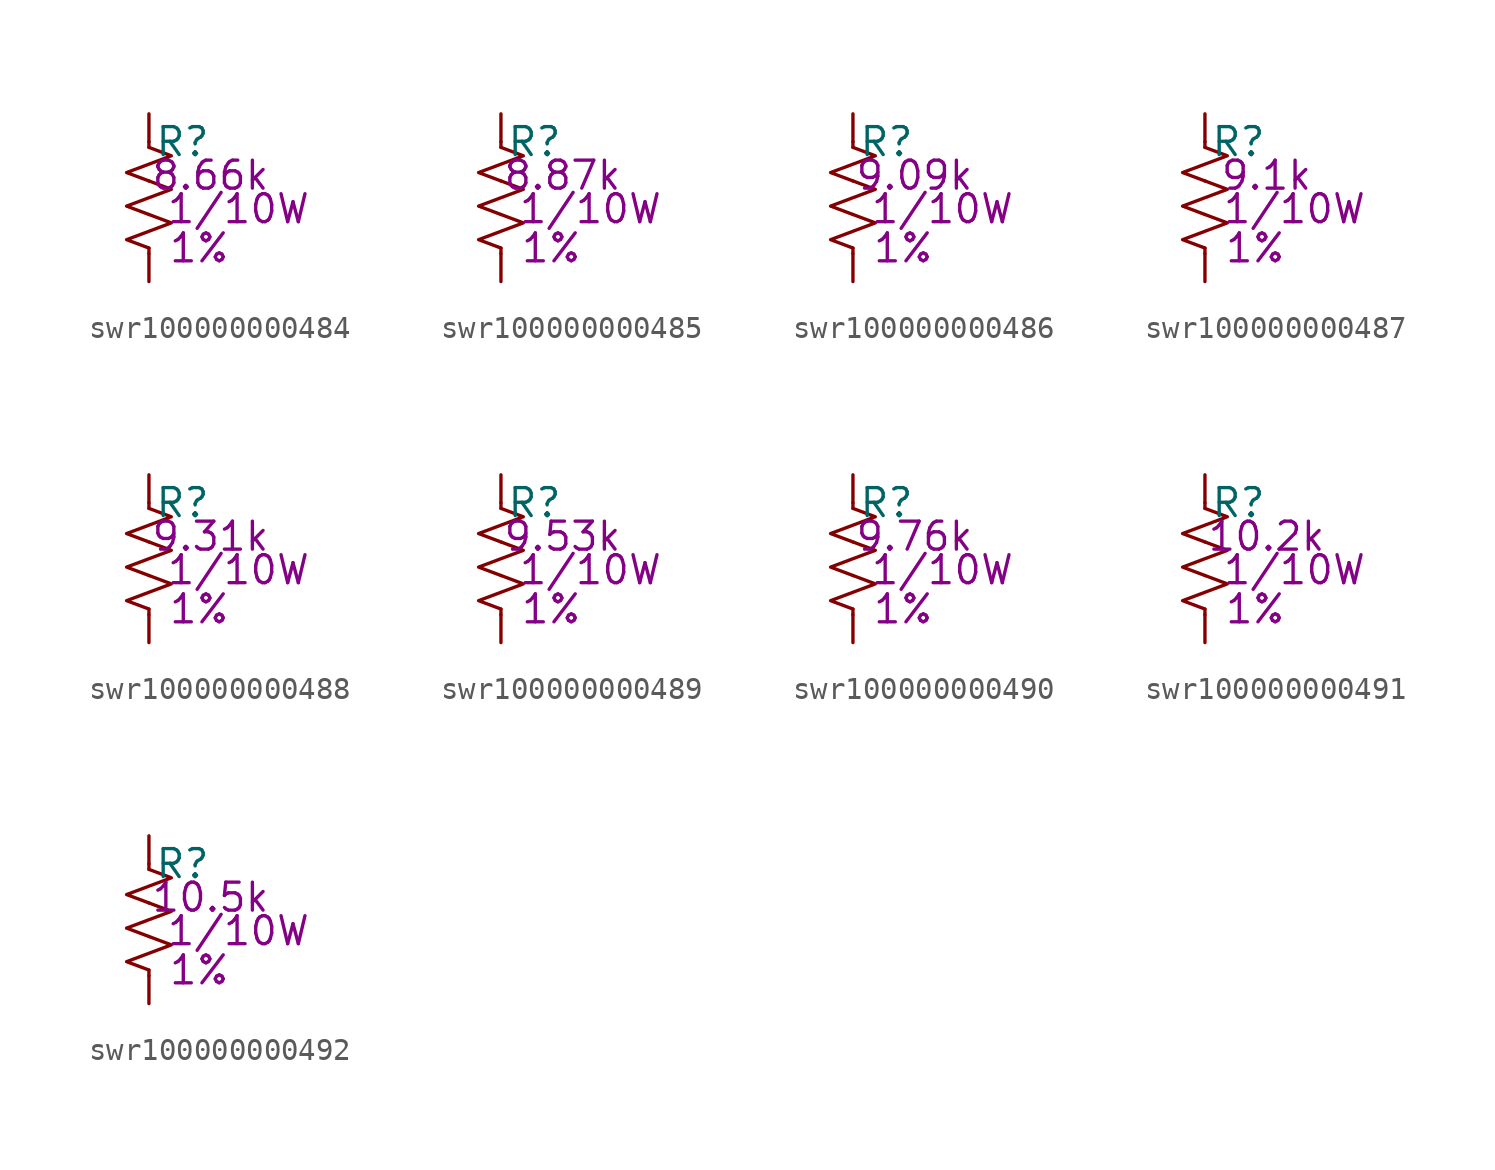
<source format=kicad_sym>
(kicad_symbol_lib
  (version 20211014)
  (generator kicad_symbol_editor)
  (symbol "swr100000000484"
    (pin_numbers hide)
    (pin_names
      (offset 1.016))
    (property "Reference" "R"
      (at 1.524 2.54 0)
      (effects (font (size 1.27 1.27))))
    (property "Tolerance" "1%"
      (at 2.286 -2.286 0)
      (effects (font (size 1.27 1.27))))
    (property "Wattage" "1/10W"
      (at 4.064 -0.508 0)
      (effects (font (size 1.27 1.27))))
    (property "PartValue" "8.66k"
      (at 2.794 1.016 0)
      (effects (font (size 1.27 1.27))))
    (symbol "swr100000000484_1_1"
      (polyline (pts (xy 0 -2.286) (xy 0 -2.54)) (stroke (width 0) (type default) (color 0 0 0 0)) (fill (type none)))
      (polyline (pts (xy 0 2.286) (xy 0 2.54)) (stroke (width 0) (type default) (color 0 0 0 0)) (fill (type none)))
      (polyline (pts (xy 0 -0.762) (xy 1.016 -1.143) (xy 0 -1.524) (xy -1.016 -1.905) (xy 0 -2.286)) (stroke (width 0) (type default) (color 0 0 0 0)) (fill (type none)))
      (polyline (pts (xy 0 0.762) (xy 1.016 0.381) (xy 0 0) (xy -1.016 -0.381) (xy 0 -0.762)) (stroke (width 0) (type default) (color 0 0 0 0)) (fill (type none)))
      (polyline (pts (xy 0 2.286) (xy 1.016 1.905) (xy 0 1.524) (xy -1.016 1.143) (xy 0 0.762)) (stroke (width 0) (type default) (color 0 0 0 0)) (fill (type none)))
      (pin passive line (at 0 3.81 270) (length 1.27) (name "~" (effects (font (size 1.27 1.27)))) (number "1" (effects (font (size 1.27 1.27)))))
      (pin passive line (at 0 -3.81 90) (length 1.27) (name "~" (effects (font (size 1.27 1.27)))) (number "2" (effects (font (size 1.27 1.27)))))))
  (symbol "swr100000000485"
    (pin_numbers hide)
    (pin_names
      (offset 1.016))
    (property "Reference" "R"
      (at 1.524 2.54 0)
      (effects (font (size 1.27 1.27))))
    (property "Tolerance" "1%"
      (at 2.286 -2.286 0)
      (effects (font (size 1.27 1.27))))
    (property "Wattage" "1/10W"
      (at 4.064 -0.508 0)
      (effects (font (size 1.27 1.27))))
    (property "PartValue" "8.87k"
      (at 2.794 1.016 0)
      (effects (font (size 1.27 1.27))))
    (symbol "swr100000000485_1_1"
      (polyline (pts (xy 0 -2.286) (xy 0 -2.54)) (stroke (width 0) (type default) (color 0 0 0 0)) (fill (type none)))
      (polyline (pts (xy 0 2.286) (xy 0 2.54)) (stroke (width 0) (type default) (color 0 0 0 0)) (fill (type none)))
      (polyline (pts (xy 0 -0.762) (xy 1.016 -1.143) (xy 0 -1.524) (xy -1.016 -1.905) (xy 0 -2.286)) (stroke (width 0) (type default) (color 0 0 0 0)) (fill (type none)))
      (polyline (pts (xy 0 0.762) (xy 1.016 0.381) (xy 0 0) (xy -1.016 -0.381) (xy 0 -0.762)) (stroke (width 0) (type default) (color 0 0 0 0)) (fill (type none)))
      (polyline (pts (xy 0 2.286) (xy 1.016 1.905) (xy 0 1.524) (xy -1.016 1.143) (xy 0 0.762)) (stroke (width 0) (type default) (color 0 0 0 0)) (fill (type none)))
      (pin passive line (at 0 3.81 270) (length 1.27) (name "~" (effects (font (size 1.27 1.27)))) (number "1" (effects (font (size 1.27 1.27)))))
      (pin passive line (at 0 -3.81 90) (length 1.27) (name "~" (effects (font (size 1.27 1.27)))) (number "2" (effects (font (size 1.27 1.27)))))))
  (symbol "swr100000000486"
    (pin_numbers hide)
    (pin_names
      (offset 1.016))
    (property "Reference" "R"
      (at 1.524 2.54 0)
      (effects (font (size 1.27 1.27))))
    (property "Tolerance" "1%"
      (at 2.286 -2.286 0)
      (effects (font (size 1.27 1.27))))
    (property "Wattage" "1/10W"
      (at 4.064 -0.508 0)
      (effects (font (size 1.27 1.27))))
    (property "PartValue" "9.09k"
      (at 2.794 1.016 0)
      (effects (font (size 1.27 1.27))))
    (symbol "swr100000000486_1_1"
      (polyline (pts (xy 0 -2.286) (xy 0 -2.54)) (stroke (width 0) (type default) (color 0 0 0 0)) (fill (type none)))
      (polyline (pts (xy 0 2.286) (xy 0 2.54)) (stroke (width 0) (type default) (color 0 0 0 0)) (fill (type none)))
      (polyline (pts (xy 0 -0.762) (xy 1.016 -1.143) (xy 0 -1.524) (xy -1.016 -1.905) (xy 0 -2.286)) (stroke (width 0) (type default) (color 0 0 0 0)) (fill (type none)))
      (polyline (pts (xy 0 0.762) (xy 1.016 0.381) (xy 0 0) (xy -1.016 -0.381) (xy 0 -0.762)) (stroke (width 0) (type default) (color 0 0 0 0)) (fill (type none)))
      (polyline (pts (xy 0 2.286) (xy 1.016 1.905) (xy 0 1.524) (xy -1.016 1.143) (xy 0 0.762)) (stroke (width 0) (type default) (color 0 0 0 0)) (fill (type none)))
      (pin passive line (at 0 3.81 270) (length 1.27) (name "~" (effects (font (size 1.27 1.27)))) (number "1" (effects (font (size 1.27 1.27)))))
      (pin passive line (at 0 -3.81 90) (length 1.27) (name "~" (effects (font (size 1.27 1.27)))) (number "2" (effects (font (size 1.27 1.27)))))))
  (symbol "swr100000000487"
    (pin_numbers hide)
    (pin_names
      (offset 1.016))
    (property "Reference" "R"
      (at 1.524 2.54 0)
      (effects (font (size 1.27 1.27))))
    (property "Tolerance" "1%"
      (at 2.286 -2.286 0)
      (effects (font (size 1.27 1.27))))
    (property "Wattage" "1/10W"
      (at 4.064 -0.508 0)
      (effects (font (size 1.27 1.27))))
    (property "PartValue" "9.1k"
      (at 2.794 1.016 0)
      (effects (font (size 1.27 1.27))))
    (symbol "swr100000000487_1_1"
      (polyline (pts (xy 0 -2.286) (xy 0 -2.54)) (stroke (width 0) (type default) (color 0 0 0 0)) (fill (type none)))
      (polyline (pts (xy 0 2.286) (xy 0 2.54)) (stroke (width 0) (type default) (color 0 0 0 0)) (fill (type none)))
      (polyline (pts (xy 0 -0.762) (xy 1.016 -1.143) (xy 0 -1.524) (xy -1.016 -1.905) (xy 0 -2.286)) (stroke (width 0) (type default) (color 0 0 0 0)) (fill (type none)))
      (polyline (pts (xy 0 0.762) (xy 1.016 0.381) (xy 0 0) (xy -1.016 -0.381) (xy 0 -0.762)) (stroke (width 0) (type default) (color 0 0 0 0)) (fill (type none)))
      (polyline (pts (xy 0 2.286) (xy 1.016 1.905) (xy 0 1.524) (xy -1.016 1.143) (xy 0 0.762)) (stroke (width 0) (type default) (color 0 0 0 0)) (fill (type none)))
      (pin passive line (at 0 3.81 270) (length 1.27) (name "~" (effects (font (size 1.27 1.27)))) (number "1" (effects (font (size 1.27 1.27)))))
      (pin passive line (at 0 -3.81 90) (length 1.27) (name "~" (effects (font (size 1.27 1.27)))) (number "2" (effects (font (size 1.27 1.27)))))))
  (symbol "swr100000000488"
    (pin_numbers hide)
    (pin_names
      (offset 1.016))
    (property "Reference" "R"
      (at 1.524 2.54 0)
      (effects (font (size 1.27 1.27))))
    (property "Tolerance" "1%"
      (at 2.286 -2.286 0)
      (effects (font (size 1.27 1.27))))
    (property "Wattage" "1/10W"
      (at 4.064 -0.508 0)
      (effects (font (size 1.27 1.27))))
    (property "PartValue" "9.31k"
      (at 2.794 1.016 0)
      (effects (font (size 1.27 1.27))))
    (symbol "swr100000000488_1_1"
      (polyline (pts (xy 0 -2.286) (xy 0 -2.54)) (stroke (width 0) (type default) (color 0 0 0 0)) (fill (type none)))
      (polyline (pts (xy 0 2.286) (xy 0 2.54)) (stroke (width 0) (type default) (color 0 0 0 0)) (fill (type none)))
      (polyline (pts (xy 0 -0.762) (xy 1.016 -1.143) (xy 0 -1.524) (xy -1.016 -1.905) (xy 0 -2.286)) (stroke (width 0) (type default) (color 0 0 0 0)) (fill (type none)))
      (polyline (pts (xy 0 0.762) (xy 1.016 0.381) (xy 0 0) (xy -1.016 -0.381) (xy 0 -0.762)) (stroke (width 0) (type default) (color 0 0 0 0)) (fill (type none)))
      (polyline (pts (xy 0 2.286) (xy 1.016 1.905) (xy 0 1.524) (xy -1.016 1.143) (xy 0 0.762)) (stroke (width 0) (type default) (color 0 0 0 0)) (fill (type none)))
      (pin passive line (at 0 3.81 270) (length 1.27) (name "~" (effects (font (size 1.27 1.27)))) (number "1" (effects (font (size 1.27 1.27)))))
      (pin passive line (at 0 -3.81 90) (length 1.27) (name "~" (effects (font (size 1.27 1.27)))) (number "2" (effects (font (size 1.27 1.27)))))))
  (symbol "swr100000000489"
    (pin_numbers hide)
    (pin_names
      (offset 1.016))
    (property "Reference" "R"
      (at 1.524 2.54 0)
      (effects (font (size 1.27 1.27))))
    (property "Tolerance" "1%"
      (at 2.286 -2.286 0)
      (effects (font (size 1.27 1.27))))
    (property "Wattage" "1/10W"
      (at 4.064 -0.508 0)
      (effects (font (size 1.27 1.27))))
    (property "PartValue" "9.53k"
      (at 2.794 1.016 0)
      (effects (font (size 1.27 1.27))))
    (symbol "swr100000000489_1_1"
      (polyline (pts (xy 0 -2.286) (xy 0 -2.54)) (stroke (width 0) (type default) (color 0 0 0 0)) (fill (type none)))
      (polyline (pts (xy 0 2.286) (xy 0 2.54)) (stroke (width 0) (type default) (color 0 0 0 0)) (fill (type none)))
      (polyline (pts (xy 0 -0.762) (xy 1.016 -1.143) (xy 0 -1.524) (xy -1.016 -1.905) (xy 0 -2.286)) (stroke (width 0) (type default) (color 0 0 0 0)) (fill (type none)))
      (polyline (pts (xy 0 0.762) (xy 1.016 0.381) (xy 0 0) (xy -1.016 -0.381) (xy 0 -0.762)) (stroke (width 0) (type default) (color 0 0 0 0)) (fill (type none)))
      (polyline (pts (xy 0 2.286) (xy 1.016 1.905) (xy 0 1.524) (xy -1.016 1.143) (xy 0 0.762)) (stroke (width 0) (type default) (color 0 0 0 0)) (fill (type none)))
      (pin passive line (at 0 3.81 270) (length 1.27) (name "~" (effects (font (size 1.27 1.27)))) (number "1" (effects (font (size 1.27 1.27)))))
      (pin passive line (at 0 -3.81 90) (length 1.27) (name "~" (effects (font (size 1.27 1.27)))) (number "2" (effects (font (size 1.27 1.27)))))))
  (symbol "swr100000000490"
    (pin_numbers hide)
    (pin_names
      (offset 1.016))
    (property "Reference" "R"
      (at 1.524 2.54 0)
      (effects (font (size 1.27 1.27))))
    (property "Tolerance" "1%"
      (at 2.286 -2.286 0)
      (effects (font (size 1.27 1.27))))
    (property "Wattage" "1/10W"
      (at 4.064 -0.508 0)
      (effects (font (size 1.27 1.27))))
    (property "PartValue" "9.76k"
      (at 2.794 1.016 0)
      (effects (font (size 1.27 1.27))))
    (symbol "swr100000000490_1_1"
      (polyline (pts (xy 0 -2.286) (xy 0 -2.54)) (stroke (width 0) (type default) (color 0 0 0 0)) (fill (type none)))
      (polyline (pts (xy 0 2.286) (xy 0 2.54)) (stroke (width 0) (type default) (color 0 0 0 0)) (fill (type none)))
      (polyline (pts (xy 0 -0.762) (xy 1.016 -1.143) (xy 0 -1.524) (xy -1.016 -1.905) (xy 0 -2.286)) (stroke (width 0) (type default) (color 0 0 0 0)) (fill (type none)))
      (polyline (pts (xy 0 0.762) (xy 1.016 0.381) (xy 0 0) (xy -1.016 -0.381) (xy 0 -0.762)) (stroke (width 0) (type default) (color 0 0 0 0)) (fill (type none)))
      (polyline (pts (xy 0 2.286) (xy 1.016 1.905) (xy 0 1.524) (xy -1.016 1.143) (xy 0 0.762)) (stroke (width 0) (type default) (color 0 0 0 0)) (fill (type none)))
      (pin passive line (at 0 3.81 270) (length 1.27) (name "~" (effects (font (size 1.27 1.27)))) (number "1" (effects (font (size 1.27 1.27)))))
      (pin passive line (at 0 -3.81 90) (length 1.27) (name "~" (effects (font (size 1.27 1.27)))) (number "2" (effects (font (size 1.27 1.27)))))))
  (symbol "swr100000000491"
    (pin_numbers hide)
    (pin_names
      (offset 1.016))
    (property "Reference" "R"
      (at 1.524 2.54 0)
      (effects (font (size 1.27 1.27))))
    (property "Tolerance" "1%"
      (at 2.286 -2.286 0)
      (effects (font (size 1.27 1.27))))
    (property "Wattage" "1/10W"
      (at 4.064 -0.508 0)
      (effects (font (size 1.27 1.27))))
    (property "PartValue" "10.2k"
      (at 2.794 1.016 0)
      (effects (font (size 1.27 1.27))))
    (symbol "swr100000000491_1_1"
      (polyline (pts (xy 0 -2.286) (xy 0 -2.54)) (stroke (width 0) (type default) (color 0 0 0 0)) (fill (type none)))
      (polyline (pts (xy 0 2.286) (xy 0 2.54)) (stroke (width 0) (type default) (color 0 0 0 0)) (fill (type none)))
      (polyline (pts (xy 0 -0.762) (xy 1.016 -1.143) (xy 0 -1.524) (xy -1.016 -1.905) (xy 0 -2.286)) (stroke (width 0) (type default) (color 0 0 0 0)) (fill (type none)))
      (polyline (pts (xy 0 0.762) (xy 1.016 0.381) (xy 0 0) (xy -1.016 -0.381) (xy 0 -0.762)) (stroke (width 0) (type default) (color 0 0 0 0)) (fill (type none)))
      (polyline (pts (xy 0 2.286) (xy 1.016 1.905) (xy 0 1.524) (xy -1.016 1.143) (xy 0 0.762)) (stroke (width 0) (type default) (color 0 0 0 0)) (fill (type none)))
      (pin passive line (at 0 3.81 270) (length 1.27) (name "~" (effects (font (size 1.27 1.27)))) (number "1" (effects (font (size 1.27 1.27)))))
      (pin passive line (at 0 -3.81 90) (length 1.27) (name "~" (effects (font (size 1.27 1.27)))) (number "2" (effects (font (size 1.27 1.27)))))))
  (symbol "swr100000000492"
    (pin_numbers hide)
    (pin_names
      (offset 1.016))
    (property "Reference" "R"
      (at 1.524 2.54 0)
      (effects (font (size 1.27 1.27))))
    (property "Tolerance" "1%"
      (at 2.286 -2.286 0)
      (effects (font (size 1.27 1.27))))
    (property "Wattage" "1/10W"
      (at 4.064 -0.508 0)
      (effects (font (size 1.27 1.27))))
    (property "PartValue" "10.5k"
      (at 2.794 1.016 0)
      (effects (font (size 1.27 1.27))))
    (symbol "swr100000000492_1_1"
      (polyline (pts (xy 0 -2.286) (xy 0 -2.54)) (stroke (width 0) (type default) (color 0 0 0 0)) (fill (type none)))
      (polyline (pts (xy 0 2.286) (xy 0 2.54)) (stroke (width 0) (type default) (color 0 0 0 0)) (fill (type none)))
      (polyline (pts (xy 0 -0.762) (xy 1.016 -1.143) (xy 0 -1.524) (xy -1.016 -1.905) (xy 0 -2.286)) (stroke (width 0) (type default) (color 0 0 0 0)) (fill (type none)))
      (polyline (pts (xy 0 0.762) (xy 1.016 0.381) (xy 0 0) (xy -1.016 -0.381) (xy 0 -0.762)) (stroke (width 0) (type default) (color 0 0 0 0)) (fill (type none)))
      (polyline (pts (xy 0 2.286) (xy 1.016 1.905) (xy 0 1.524) (xy -1.016 1.143) (xy 0 0.762)) (stroke (width 0) (type default) (color 0 0 0 0)) (fill (type none)))
      (pin passive line (at 0 3.81 270) (length 1.27) (name "~" (effects (font (size 1.27 1.27)))) (number "1" (effects (font (size 1.27 1.27)))))
      (pin passive line (at 0 -3.81 90) (length 1.27) (name "~" (effects (font (size 1.27 1.27)))) (number "2" (effects (font (size 1.27 1.27))))))))
</source>
